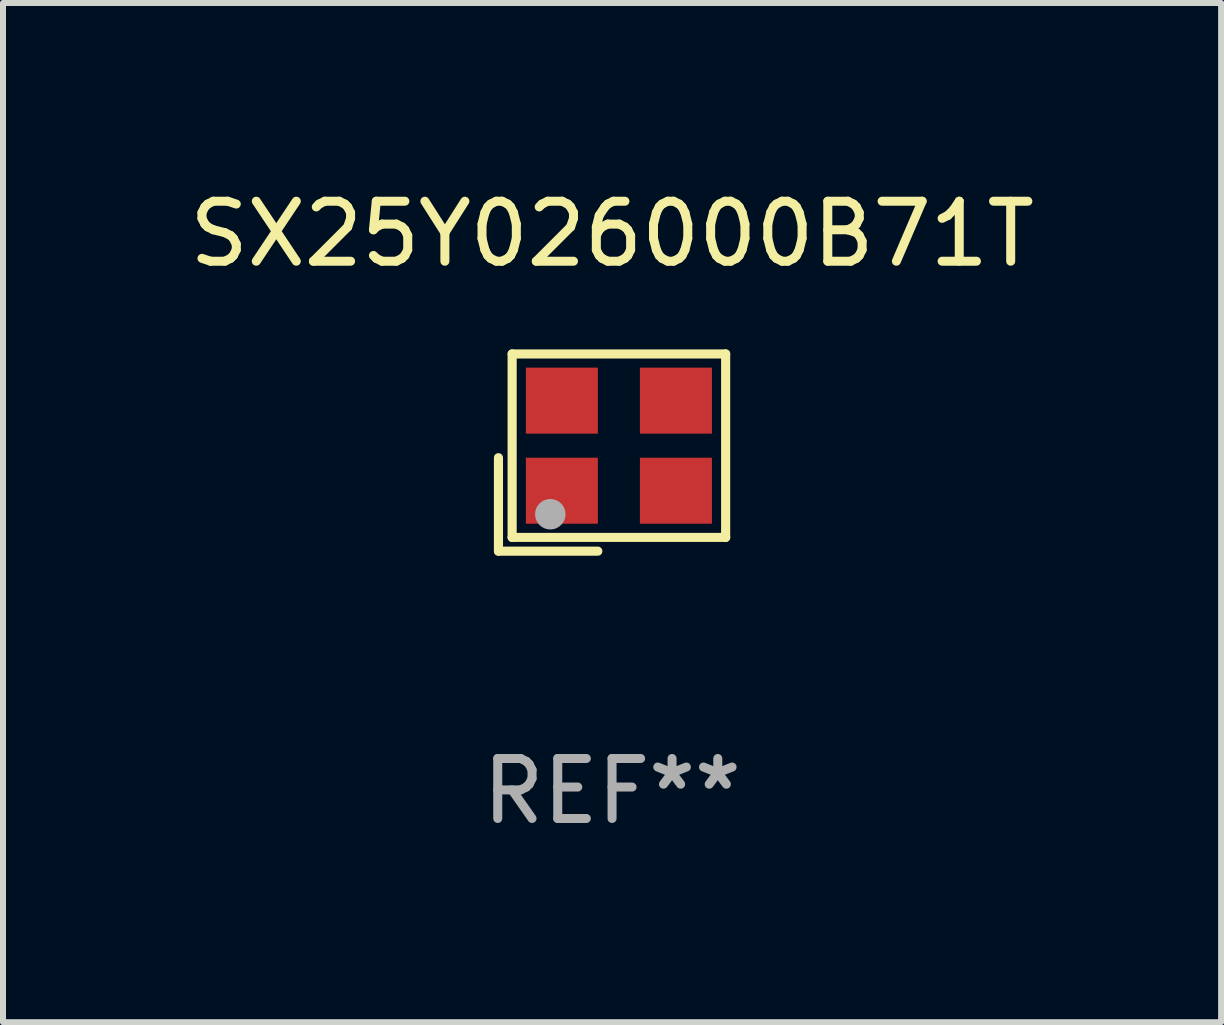
<source format=kicad_pcb>
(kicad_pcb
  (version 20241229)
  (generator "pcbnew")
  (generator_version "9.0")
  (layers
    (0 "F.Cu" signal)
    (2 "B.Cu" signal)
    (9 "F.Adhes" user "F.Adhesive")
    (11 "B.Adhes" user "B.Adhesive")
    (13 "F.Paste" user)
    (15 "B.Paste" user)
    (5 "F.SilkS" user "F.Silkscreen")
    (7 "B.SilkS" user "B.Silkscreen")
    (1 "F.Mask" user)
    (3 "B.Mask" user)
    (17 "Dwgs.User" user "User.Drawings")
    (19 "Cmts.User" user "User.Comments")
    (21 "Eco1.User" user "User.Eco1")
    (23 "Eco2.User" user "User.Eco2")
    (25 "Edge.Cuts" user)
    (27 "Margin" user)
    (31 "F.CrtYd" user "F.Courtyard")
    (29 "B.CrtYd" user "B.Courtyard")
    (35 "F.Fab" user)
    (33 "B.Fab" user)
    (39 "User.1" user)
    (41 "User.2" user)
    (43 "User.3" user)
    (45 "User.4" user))
  (footprint "SX25Y026000B71T"
    (layer "F.Cu")
    (at 7.149 4.491)
    (property "Reference" "SX25Y026000B71T" (at 0 -3.643 0) (layer "F.SilkS") (effects (font (size 1 1) (thickness 0.15))))
    (attr through_hole)
    (fp_line (start -1.893 0.086) (end -1.893 1.643) (stroke (width 0.152) (type solid)) (layer "F.SilkS"))
    (fp_line (start -1.893 1.643) (end -0.237 1.643) (stroke (width 0.152) (type solid)) (layer "F.SilkS"))
    (fp_line (start -1.665 -1.643) (end 1.893 -1.643) (stroke (width 0.152) (type solid)) (layer "F.SilkS"))
    (fp_line (start -1.665 1.414) (end -1.665 -1.643) (stroke (width 0.152) (type solid)) (layer "F.SilkS"))
    (fp_line (start 1.893 -1.643) (end 1.893 1.414) (stroke (width 0.152) (type solid)) (layer "F.SilkS"))
    (fp_line (start 1.893 1.414) (end -1.665 1.414) (stroke (width 0.152) (type solid)) (layer "F.SilkS"))
    (fp_circle (center -1.136 0.885) (end -1.106 0.885) (stroke (width 0.06) (type solid)) (fill no) (layer "F.SilkS"))
    (fp_circle (center -1.029 1.028) (end -0.902 1.028) (stroke (width 0.254) (type solid)) (fill no) (layer "F.Fab"))
    (fp_text user "REF**" (at 0 5.643 0) (layer "F.Fab") (effects (font (size 1 1) (thickness 0.15))))
    (pad "1" smd rect (at -0.836 0.636) (size 1.2 1.1) (layers "F.Cu" "F.Mask" "F.Paste"))
    (pad "2" smd rect (at 1.064 0.636) (size 1.2 1.1) (layers "F.Cu" "F.Mask" "F.Paste"))
    (pad "3" smd rect (at 1.064 -0.865) (size 1.2 1.1) (layers "F.Cu" "F.Mask" "F.Paste"))
    (pad "4" smd rect (at -0.836 -0.865) (size 1.2 1.1) (layers "F.Cu" "F.Mask" "F.Paste")))
  (gr_rect
    (start -3 -3)
    (end 17.298 13.983)
    (stroke (width 0.1) (type default))
    (fill no)
    (layer "Edge.Cuts")))
</source>
